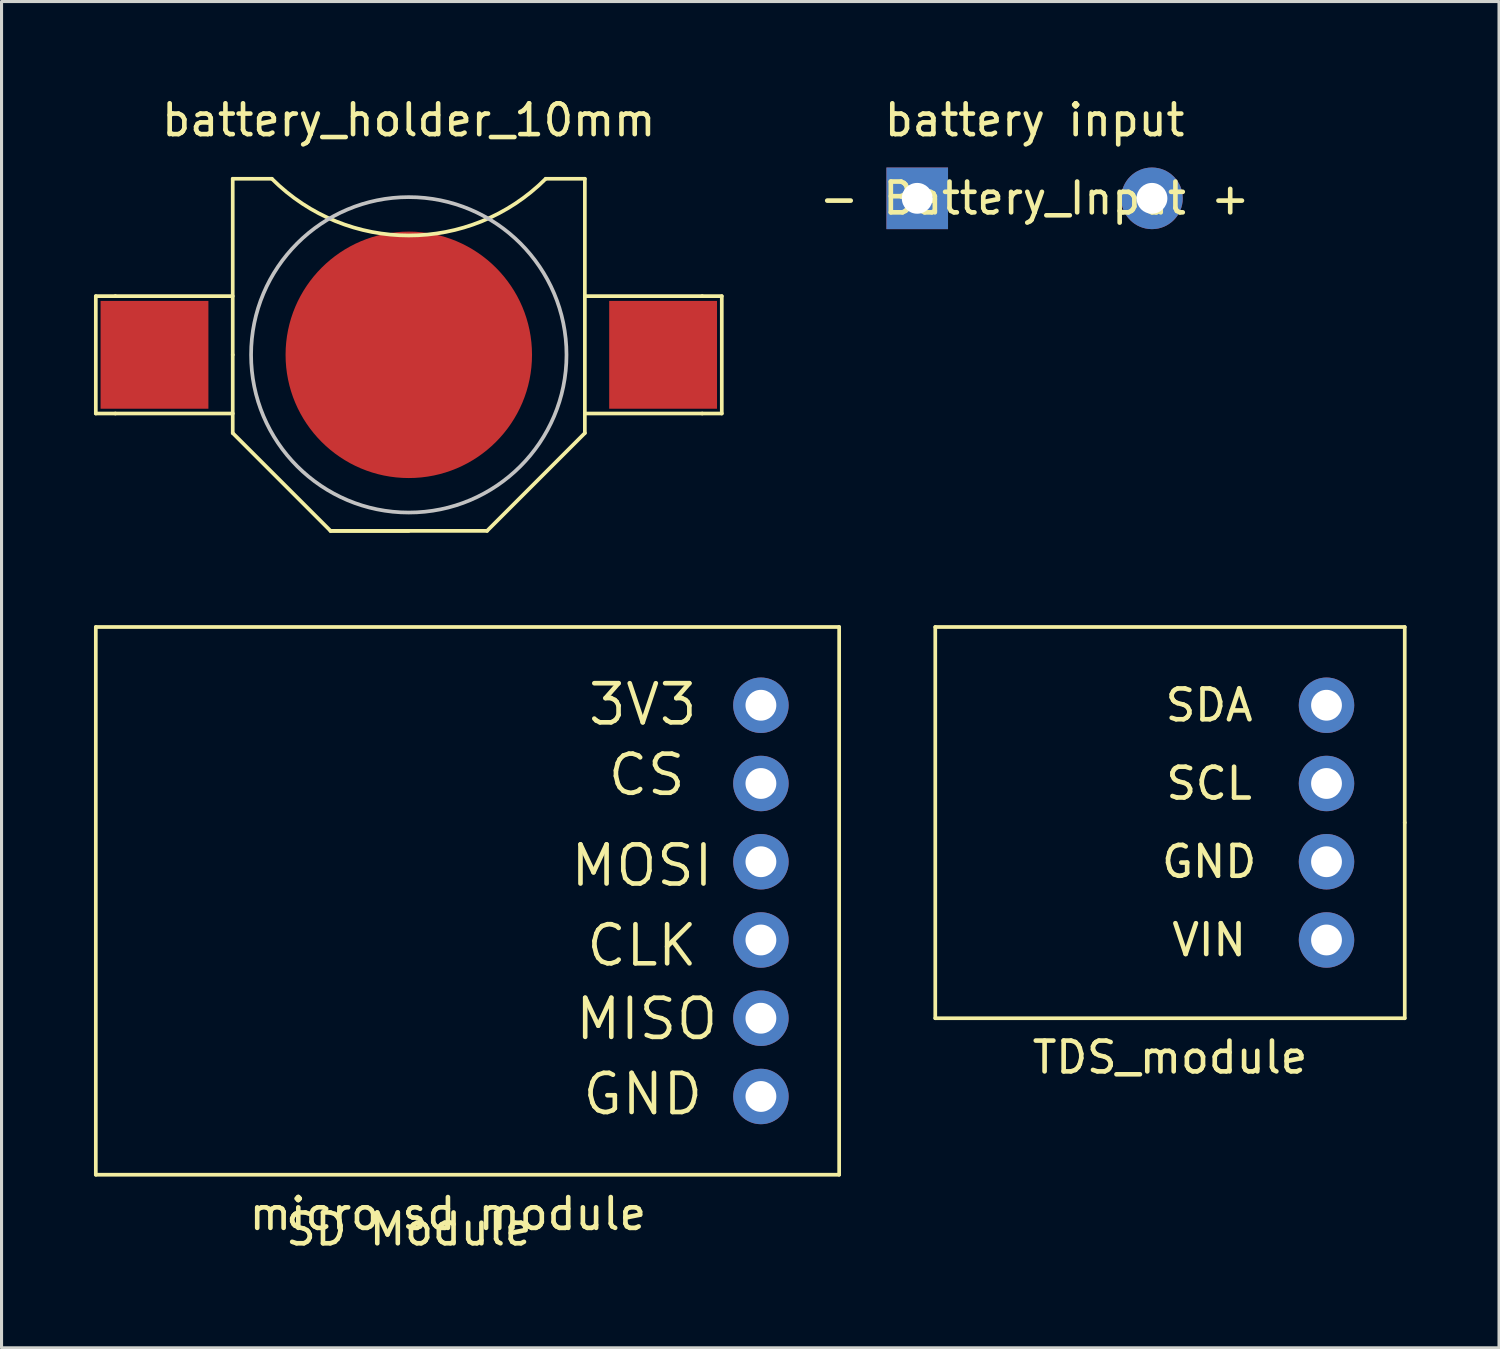
<source format=kicad_pcb>
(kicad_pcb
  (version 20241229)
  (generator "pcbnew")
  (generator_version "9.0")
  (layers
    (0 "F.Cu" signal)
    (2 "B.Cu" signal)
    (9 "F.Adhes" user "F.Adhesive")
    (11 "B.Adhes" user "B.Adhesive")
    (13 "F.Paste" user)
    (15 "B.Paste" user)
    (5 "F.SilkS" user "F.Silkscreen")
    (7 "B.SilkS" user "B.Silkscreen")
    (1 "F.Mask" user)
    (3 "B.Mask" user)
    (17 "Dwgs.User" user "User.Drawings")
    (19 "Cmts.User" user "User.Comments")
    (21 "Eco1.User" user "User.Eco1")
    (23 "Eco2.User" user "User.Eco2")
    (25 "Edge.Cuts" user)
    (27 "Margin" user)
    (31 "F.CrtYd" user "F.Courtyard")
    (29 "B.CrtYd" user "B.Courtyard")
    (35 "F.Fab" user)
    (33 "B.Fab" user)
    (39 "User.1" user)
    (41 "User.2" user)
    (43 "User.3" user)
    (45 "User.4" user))
  (footprint "SD Module"
    (layer "F.Cu")
    (at 10.22 36.353)
    (property "Reference" "SD Module" (at 0 0.5 0) (layer "F.SilkS") (effects (font (size 1 1) (thickness 0.15))))
    (attr through_hole)
    (fp_line (start -10.16 -19.05) (end 13.97 -19.05) (stroke (width 0.12) (type solid)) (layer "F.SilkS"))
    (fp_line (start -10.16 -1.27) (end -10.16 -19.05) (stroke (width 0.12) (type solid)) (layer "F.SilkS"))
    (fp_line (start 13.97 -19.05) (end 13.97 -1.27) (stroke (width 0.12) (type solid)) (layer "F.SilkS"))
    (fp_line (start 13.97 -1.27) (end -10.16 -1.27) (stroke (width 0.12) (type solid)) (layer "F.SilkS"))
    (fp_text user "GND" (at 7.595 -3.886 0) (layer "F.SilkS") (effects (font (size 1.27 1.27) (thickness 0.15))))
    (fp_text user "MISO" (at 7.722 -6.325 0) (layer "F.SilkS") (effects (font (size 1.27 1.27) (thickness 0.15))))
    (fp_text user "CS" (at 7.722 -14.249 0) (layer "F.SilkS") (effects (font (size 1.27 1.27) (thickness 0.15))))
    (fp_text user "3V3" (at 7.595 -16.535 0) (layer "F.SilkS") (effects (font (size 1.27 1.27) (thickness 0.15))))
    (fp_text user "MOSI" (at 7.569 -11.303 0) (layer "F.SilkS") (effects (font (size 1.27 1.27) (thickness 0.15))))
    (fp_text user "micro sd module" (at 1.27 0 0) (layer "F.SilkS") (effects (font (size 1 1) (thickness 0.15))))
    (fp_text user "CLK" (at 7.569 -8.712 0) (layer "F.SilkS") (effects (font (size 1.27 1.27) (thickness 0.15))))
    (pad "1" thru_hole circle (at 11.43 -16.51) (size 1.8 1.8) (drill 1) (layers "*.Cu" "*.Mask"))
    (pad "2" thru_hole circle (at 11.43 -13.97) (size 1.8 1.8) (drill 1) (layers "*.Cu" "*.Mask"))
    (pad "3" thru_hole circle (at 11.43 -11.43) (size 1.8 1.8) (drill 1) (layers "*.Cu" "*.Mask"))
    (pad "4" thru_hole circle (at 11.43 -8.89) (size 1.8 1.8) (drill 1) (layers "*.Cu" "*.Mask"))
    (pad "5" thru_hole circle (at 11.43 -6.35) (size 1.8 1.8) (drill 1) (layers "*.Cu" "*.Mask"))
    (pad "6" thru_hole circle (at 11.43 -3.81) (size 1.8 1.8) (drill 1) (layers "*.Cu" "*.Mask")))
  (footprint "battery_holder_10mm"
    (layer "F.Cu")
    (at 10.22 8.468)
    (property "Reference" "battery_holder_10mm" (at 0 -7.62 0) (layer "F.SilkS") (effects (font (size 1 1) (thickness 0.15))))
    (attr through_hole)
    (fp_line (start -10.16 -1.905) (end -10.16 1.905) (stroke (width 0.12) (type solid)) (layer "F.SilkS"))
    (fp_line (start -10.16 1.905) (end -9.525 1.905) (stroke (width 0.12) (type solid)) (layer "F.SilkS"))
    (fp_line (start -9.525 -1.905) (end -10.16 -1.905) (stroke (width 0.12) (type solid)) (layer "F.SilkS"))
    (fp_line (start -9.525 1.905) (end -5.715 1.905) (stroke (width 0.12) (type solid)) (layer "F.SilkS"))
    (fp_line (start -5.715 -5.715) (end -4.445 -5.715) (stroke (width 0.12) (type solid)) (layer "F.SilkS"))
    (fp_line (start -5.715 -1.905) (end -9.525 -1.905) (stroke (width 0.12) (type solid)) (layer "F.SilkS"))
    (fp_line (start -5.715 0) (end -5.715 -5.715) (stroke (width 0.12) (type solid)) (layer "F.SilkS"))
    (fp_line (start -5.715 0) (end -5.715 2.54) (stroke (width 0.12) (type solid)) (layer "F.SilkS"))
    (fp_line (start -2.54 5.715) (end -5.715 2.54) (stroke (width 0.12) (type solid)) (layer "F.SilkS"))
    (fp_line (start -2.54 5.715) (end 2.54 5.715) (stroke (width 0.12) (type solid)) (layer "F.SilkS"))
    (fp_line (start 0 5.715) (end -2.54 5.715) (stroke (width 0.12) (type solid)) (layer "F.SilkS"))
    (fp_line (start 2.54 5.715) (end 5.715 2.54) (stroke (width 0.12) (type solid)) (layer "F.SilkS"))
    (fp_line (start 5.715 -5.715) (end 4.445 -5.715) (stroke (width 0.12) (type solid)) (layer "F.SilkS"))
    (fp_line (start 5.715 -5.715) (end 5.715 2.54) (stroke (width 0.12) (type solid)) (layer "F.SilkS"))
    (fp_line (start 5.715 -1.905) (end 9.525 -1.905) (stroke (width 0.12) (type solid)) (layer "F.SilkS"))
    (fp_line (start 9.525 -1.905) (end 10.16 -1.905) (stroke (width 0.12) (type solid)) (layer "F.SilkS"))
    (fp_line (start 9.525 1.905) (end 5.715 1.905) (stroke (width 0.12) (type solid)) (layer "F.SilkS"))
    (fp_line (start 10.16 -1.905) (end 10.16 1.905) (stroke (width 0.12) (type solid)) (layer "F.SilkS"))
    (fp_line (start 10.16 1.905) (end 9.525 1.905) (stroke (width 0.12) (type solid)) (layer "F.SilkS"))
    (fp_arc (start 4.444999 -5.715001) (mid 0 -3.873822) (end -4.444999 -5.715001) (stroke (width 0.12) (type solid)) (layer "F.SilkS"))
    (fp_circle (center 0 0) (end -5.08 -0.635) (stroke (width 0.12) (type solid)) (fill no) (layer "Dwgs.User"))
    (pad "1" smd rect (at -8.255 0 270) (size 3.5 3.5) (layers "F.Cu" "F.Mask"))
    (pad "1" smd rect (at 8.255 0 270) (size 3.5 3.5) (layers "F.Cu" "F.Mask"))
    (pad "2" smd circle (at 0 0 270) (size 8 8) (layers "F.Cu" "F.Mask")))
  (footprint "Battery_Input"
    (layer "F.Cu")
    (at 30.534 2.118)
    (property "Reference" "Battery_Input" (at 0 1.27 0) (layer "F.SilkS") (effects (font (size 1 1) (thickness 0.15))))
    (attr through_hole)
    (fp_text user "-" (at -6.35 1.27 0) (layer "F.SilkS") (effects (font (size 1 1) (thickness 0.15))))
    (fp_text user "battery input" (at 0 -1.27 0) (layer "F.SilkS") (effects (font (size 1 1) (thickness 0.15))))
    (fp_text user "+" (at 6.35 1.27 0) (layer "F.SilkS") (effects (font (size 1 1) (thickness 0.15))))
    (pad "1" thru_hole circle (at 3.81 1.27) (size 2 2) (drill 1) (layers "*.Cu" "*.Mask"))
    (pad "2" thru_hole rect (at -3.81 1.27) (size 2 2) (drill 1) (layers "*.Cu" "*.Mask")))
  (footprint "TDS_module"
    (layer "F.Cu")
    (at 34.93 23.653)
    (property "Reference" "TDS_module" (at 0 7.62 0) (layer "F.SilkS") (effects (font (size 1 1) (thickness 0.15))))
    (attr through_hole)
    (fp_line (start -7.62 -6.35) (end 7.62 -6.35) (stroke (width 0.12) (type solid)) (layer "F.SilkS"))
    (fp_line (start -7.62 6.35) (end -7.62 -6.35) (stroke (width 0.12) (type solid)) (layer "F.SilkS"))
    (fp_line (start 7.62 -6.35) (end 7.62 0) (stroke (width 0.12) (type solid)) (layer "F.SilkS"))
    (fp_line (start 7.62 0) (end 7.62 6.35) (stroke (width 0.12) (type solid)) (layer "F.SilkS"))
    (fp_line (start 7.62 6.35) (end -7.62 6.35) (stroke (width 0.12) (type solid)) (layer "F.SilkS"))
    (fp_text user "VIN" (at 1.27 3.81 0) (layer "F.SilkS") (effects (font (size 1 1) (thickness 0.15))))
    (fp_text user "GND" (at 1.27 1.27 0) (layer "F.SilkS") (effects (font (size 1 1) (thickness 0.15))))
    (fp_text user "SDA" (at 1.27 -3.81 0) (layer "F.SilkS") (effects (font (size 1 1) (thickness 0.15))))
    (fp_text user "SCL" (at 1.27 -1.27 0) (layer "F.SilkS") (effects (font (size 1 1) (thickness 0.15))))
    (pad "10" thru_hole circle (at 5.08 1.27) (size 1.8 1.8) (drill 1) (layers "*.Cu" "*.Mask"))
    (pad "11" thru_hole circle (at 5.08 -1.27) (size 1.8 1.8) (drill 1) (layers "*.Cu" "*.Mask"))
    (pad "12" thru_hole circle (at 5.08 -3.81) (size 1.8 1.8) (drill 1) (layers "*.Cu" "*.Mask"))
    (pad "13" thru_hole circle (at 5.08 3.81) (size 1.8 1.8) (drill 1) (layers "*.Cu" "*.Mask")))
  (gr_rect
    (start -3 -3)
    (end 45.61 40.702)
    (stroke (width 0.1) (type default))
    (fill no)
    (layer "Edge.Cuts")))
</source>
